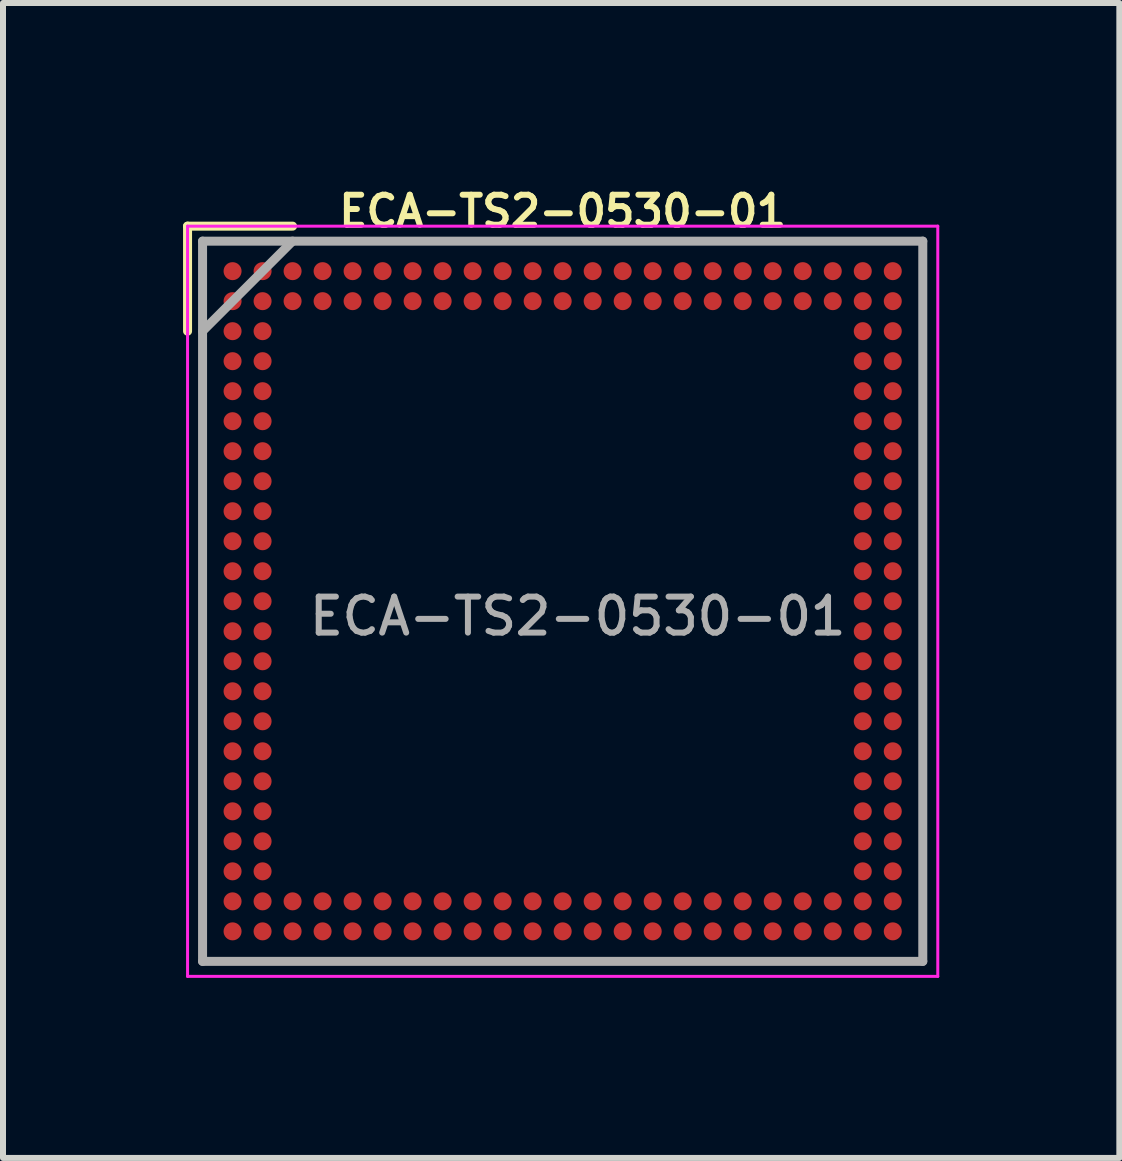
<source format=kicad_pcb>
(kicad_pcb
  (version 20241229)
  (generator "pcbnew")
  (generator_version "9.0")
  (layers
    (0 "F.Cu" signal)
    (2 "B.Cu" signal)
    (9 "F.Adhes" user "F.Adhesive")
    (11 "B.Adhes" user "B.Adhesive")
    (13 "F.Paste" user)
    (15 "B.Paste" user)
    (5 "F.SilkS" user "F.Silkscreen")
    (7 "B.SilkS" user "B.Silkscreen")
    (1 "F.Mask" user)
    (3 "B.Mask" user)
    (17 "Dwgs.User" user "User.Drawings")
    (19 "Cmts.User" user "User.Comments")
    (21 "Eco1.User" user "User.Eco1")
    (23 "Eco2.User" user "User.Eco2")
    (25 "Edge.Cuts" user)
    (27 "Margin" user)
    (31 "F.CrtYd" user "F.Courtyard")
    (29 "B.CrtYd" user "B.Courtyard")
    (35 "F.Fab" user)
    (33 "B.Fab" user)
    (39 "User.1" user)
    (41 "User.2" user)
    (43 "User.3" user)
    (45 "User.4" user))
  (footprint "ECA-TS2-0530-01"
    (layer "F.Cu")
    (at 6.325 6.968)
    (property "Reference" "ECA-TS2-0530-01" (at 0 -6.5 0) (layer "F.SilkS") (effects (font (size 0.5 0.5) (thickness 0.1))))
    (attr smd)
    (fp_line (start -6.25 -6.25) (end -6.25 -4.5) (stroke (width 0.15) (type solid)) (layer "F.SilkS"))
    (fp_line (start -4.5 -6.25) (end -6.25 -6.25) (stroke (width 0.15) (type solid)) (layer "F.SilkS"))
    (fp_line (start -6.25 -6.25) (end 6.25 -6.25) (stroke (width 0.05) (type solid)) (layer "F.CrtYd"))
    (fp_line (start -6.25 6.25) (end -6.25 -6.25) (stroke (width 0.05) (type solid)) (layer "F.CrtYd"))
    (fp_line (start 6.25 -6.25) (end 6.25 6.25) (stroke (width 0.05) (type solid)) (layer "F.CrtYd"))
    (fp_line (start 6.25 6.25) (end -6.25 6.25) (stroke (width 0.05) (type solid)) (layer "F.CrtYd"))
    (fp_line (start -6 -6) (end -6 6) (stroke (width 0.15) (type solid)) (layer "F.Fab"))
    (fp_line (start -6 -4.5) (end -4.5 -6) (stroke (width 0.15) (type solid)) (layer "F.Fab"))
    (fp_line (start -6 6) (end 6 6) (stroke (width 0.15) (type solid)) (layer "F.Fab"))
    (fp_line (start 6 -6) (end -6 -6) (stroke (width 0.15) (type solid)) (layer "F.Fab"))
    (fp_line (start 6 -6) (end 6 6) (stroke (width 0.15) (type solid)) (layer "F.Fab"))
    (fp_text user "${REFERENCE}" (at 0.25 0.25 0) (layer "F.Fab") (effects (font (size 0.6 0.6) (thickness 0.1))))
    (pad "A1" smd circle (at -5.5 -5.5) (size 0.3 0.3) (layers "F.Cu" "F.Mask" "F.Paste"))
    (pad "A2" smd circle (at -5 -5.5) (size 0.3 0.3) (layers "F.Cu" "F.Mask" "F.Paste"))
    (pad "A3" smd circle (at -4.5 -5.5) (size 0.3 0.3) (layers "F.Cu" "F.Mask" "F.Paste"))
    (pad "A4" smd circle (at -4 -5.5) (size 0.3 0.3) (layers "F.Cu" "F.Mask" "F.Paste"))
    (pad "A5" smd circle (at -3.5 -5.5) (size 0.3 0.3) (layers "F.Cu" "F.Mask" "F.Paste"))
    (pad "A6" smd circle (at -3 -5.5) (size 0.3 0.3) (layers "F.Cu" "F.Mask" "F.Paste"))
    (pad "A7" smd circle (at -2.5 -5.5) (size 0.3 0.3) (layers "F.Cu" "F.Mask" "F.Paste"))
    (pad "A8" smd circle (at -2 -5.5) (size 0.3 0.3) (layers "F.Cu" "F.Mask" "F.Paste"))
    (pad "A9" smd circle (at -1.5 -5.5) (size 0.3 0.3) (layers "F.Cu" "F.Mask" "F.Paste"))
    (pad "A10" smd circle (at -1 -5.5) (size 0.3 0.3) (layers "F.Cu" "F.Mask" "F.Paste"))
    (pad "A11" smd circle (at -0.5 -5.5) (size 0.3 0.3) (layers "F.Cu" "F.Mask" "F.Paste"))
    (pad "A12" smd circle (at 0 -5.5) (size 0.3 0.3) (layers "F.Cu" "F.Mask" "F.Paste"))
    (pad "A13" smd circle (at 0.5 -5.5) (size 0.3 0.3) (layers "F.Cu" "F.Mask" "F.Paste"))
    (pad "A14" smd circle (at 1 -5.5) (size 0.3 0.3) (layers "F.Cu" "F.Mask" "F.Paste"))
    (pad "A15" smd circle (at 1.5 -5.5) (size 0.3 0.3) (layers "F.Cu" "F.Mask" "F.Paste"))
    (pad "A16" smd circle (at 2 -5.5) (size 0.3 0.3) (layers "F.Cu" "F.Mask" "F.Paste"))
    (pad "A17" smd circle (at 2.5 -5.5) (size 0.3 0.3) (layers "F.Cu" "F.Mask" "F.Paste"))
    (pad "A18" smd circle (at 3 -5.5) (size 0.3 0.3) (layers "F.Cu" "F.Mask" "F.Paste"))
    (pad "A19" smd circle (at 3.5 -5.5) (size 0.3 0.3) (layers "F.Cu" "F.Mask" "F.Paste"))
    (pad "A20" smd circle (at 4 -5.5) (size 0.3 0.3) (layers "F.Cu" "F.Mask" "F.Paste"))
    (pad "A21" smd circle (at 4.5 -5.5) (size 0.3 0.3) (layers "F.Cu" "F.Mask" "F.Paste"))
    (pad "A22" smd circle (at 5 -5.5) (size 0.3 0.3) (layers "F.Cu" "F.Mask" "F.Paste"))
    (pad "A23" smd circle (at 5.5 -5.5) (size 0.3 0.3) (layers "F.Cu" "F.Mask" "F.Paste"))
    (pad "AA1" smd circle (at -5.5 4.5) (size 0.3 0.3) (layers "F.Cu" "F.Mask" "F.Paste"))
    (pad "AA2" smd circle (at -5 4.5) (size 0.3 0.3) (layers "F.Cu" "F.Mask" "F.Paste"))
    (pad "AA22" smd circle (at 5 4.5) (size 0.3 0.3) (layers "F.Cu" "F.Mask" "F.Paste"))
    (pad "AA23" smd circle (at 5.5 4.5) (size 0.3 0.3) (layers "F.Cu" "F.Mask" "F.Paste"))
    (pad "AB1" smd circle (at -5.5 5) (size 0.3 0.3) (layers "F.Cu" "F.Mask" "F.Paste"))
    (pad "AB2" smd circle (at -5 5) (size 0.3 0.3) (layers "F.Cu" "F.Mask" "F.Paste"))
    (pad "AB3" smd circle (at -4.5 5) (size 0.3 0.3) (layers "F.Cu" "F.Mask" "F.Paste"))
    (pad "AB4" smd circle (at -4 5) (size 0.3 0.3) (layers "F.Cu" "F.Mask" "F.Paste"))
    (pad "AB5" smd circle (at -3.5 5) (size 0.3 0.3) (layers "F.Cu" "F.Mask" "F.Paste"))
    (pad "AB6" smd circle (at -3 5) (size 0.3 0.3) (layers "F.Cu" "F.Mask" "F.Paste"))
    (pad "AB7" smd circle (at -2.5 5) (size 0.3 0.3) (layers "F.Cu" "F.Mask" "F.Paste"))
    (pad "AB8" smd circle (at -2 5) (size 0.3 0.3) (layers "F.Cu" "F.Mask" "F.Paste"))
    (pad "AB9" smd circle (at -1.5 5) (size 0.3 0.3) (layers "F.Cu" "F.Mask" "F.Paste"))
    (pad "AB10" smd circle (at -1 5) (size 0.3 0.3) (layers "F.Cu" "F.Mask" "F.Paste"))
    (pad "AB11" smd circle (at -0.5 5) (size 0.3 0.3) (layers "F.Cu" "F.Mask" "F.Paste"))
    (pad "AB12" smd circle (at 0 5) (size 0.3 0.3) (layers "F.Cu" "F.Mask" "F.Paste"))
    (pad "AB13" smd circle (at 0.5 5) (size 0.3 0.3) (layers "F.Cu" "F.Mask" "F.Paste"))
    (pad "AB14" smd circle (at 1 5) (size 0.3 0.3) (layers "F.Cu" "F.Mask" "F.Paste"))
    (pad "AB15" smd circle (at 1.5 5) (size 0.3 0.3) (layers "F.Cu" "F.Mask" "F.Paste"))
    (pad "AB16" smd circle (at 2 5) (size 0.3 0.3) (layers "F.Cu" "F.Mask" "F.Paste"))
    (pad "AB17" smd circle (at 2.5 5) (size 0.3 0.3) (layers "F.Cu" "F.Mask" "F.Paste"))
    (pad "AB18" smd circle (at 3 5) (size 0.3 0.3) (layers "F.Cu" "F.Mask" "F.Paste"))
    (pad "AB19" smd circle (at 3.5 5) (size 0.3 0.3) (layers "F.Cu" "F.Mask" "F.Paste"))
    (pad "AB20" smd circle (at 4 5) (size 0.3 0.3) (layers "F.Cu" "F.Mask" "F.Paste"))
    (pad "AB21" smd circle (at 4.5 5) (size 0.3 0.3) (layers "F.Cu" "F.Mask" "F.Paste"))
    (pad "AB22" smd circle (at 5 5) (size 0.3 0.3) (layers "F.Cu" "F.Mask" "F.Paste"))
    (pad "AB23" smd circle (at 5.5 5) (size 0.3 0.3) (layers "F.Cu" "F.Mask" "F.Paste"))
    (pad "AC1" smd circle (at -5.5 5.5) (size 0.3 0.3) (layers "F.Cu" "F.Mask" "F.Paste"))
    (pad "AC2" smd circle (at -5 5.5) (size 0.3 0.3) (layers "F.Cu" "F.Mask" "F.Paste"))
    (pad "AC3" smd circle (at -4.5 5.5) (size 0.3 0.3) (layers "F.Cu" "F.Mask" "F.Paste"))
    (pad "AC4" smd circle (at -4 5.5) (size 0.3 0.3) (layers "F.Cu" "F.Mask" "F.Paste"))
    (pad "AC5" smd circle (at -3.5 5.5) (size 0.3 0.3) (layers "F.Cu" "F.Mask" "F.Paste"))
    (pad "AC6" smd circle (at -3 5.5) (size 0.3 0.3) (layers "F.Cu" "F.Mask" "F.Paste"))
    (pad "AC7" smd circle (at -2.5 5.5) (size 0.3 0.3) (layers "F.Cu" "F.Mask" "F.Paste"))
    (pad "AC8" smd circle (at -2 5.5) (size 0.3 0.3) (layers "F.Cu" "F.Mask" "F.Paste"))
    (pad "AC9" smd circle (at -1.5 5.5) (size 0.3 0.3) (layers "F.Cu" "F.Mask" "F.Paste"))
    (pad "AC10" smd circle (at -1 5.5) (size 0.3 0.3) (layers "F.Cu" "F.Mask" "F.Paste"))
    (pad "AC11" smd circle (at -0.5 5.5) (size 0.3 0.3) (layers "F.Cu" "F.Mask" "F.Paste"))
    (pad "AC12" smd circle (at 0 5.5) (size 0.3 0.3) (layers "F.Cu" "F.Mask" "F.Paste"))
    (pad "AC13" smd circle (at 0.5 5.5) (size 0.3 0.3) (layers "F.Cu" "F.Mask" "F.Paste"))
    (pad "AC14" smd circle (at 1 5.5) (size 0.3 0.3) (layers "F.Cu" "F.Mask" "F.Paste"))
    (pad "AC15" smd circle (at 1.5 5.5) (size 0.3 0.3) (layers "F.Cu" "F.Mask" "F.Paste"))
    (pad "AC16" smd circle (at 2 5.5) (size 0.3 0.3) (layers "F.Cu" "F.Mask" "F.Paste"))
    (pad "AC17" smd circle (at 2.5 5.5) (size 0.3 0.3) (layers "F.Cu" "F.Mask" "F.Paste"))
    (pad "AC18" smd circle (at 3 5.5) (size 0.3 0.3) (layers "F.Cu" "F.Mask" "F.Paste"))
    (pad "AC19" smd circle (at 3.5 5.5) (size 0.3 0.3) (layers "F.Cu" "F.Mask" "F.Paste"))
    (pad "AC20" smd circle (at 4 5.5) (size 0.3 0.3) (layers "F.Cu" "F.Mask" "F.Paste"))
    (pad "AC21" smd circle (at 4.5 5.5) (size 0.3 0.3) (layers "F.Cu" "F.Mask" "F.Paste"))
    (pad "AC22" smd circle (at 5 5.5) (size 0.3 0.3) (layers "F.Cu" "F.Mask" "F.Paste"))
    (pad "AC23" smd circle (at 5.5 5.5) (size 0.3 0.3) (layers "F.Cu" "F.Mask" "F.Paste"))
    (pad "B1" smd circle (at -5.5 -5) (size 0.3 0.3) (layers "F.Cu" "F.Mask" "F.Paste"))
    (pad "B2" smd circle (at -5 -5) (size 0.3 0.3) (layers "F.Cu" "F.Mask" "F.Paste"))
    (pad "B3" smd circle (at -4.5 -5) (size 0.3 0.3) (layers "F.Cu" "F.Mask" "F.Paste"))
    (pad "B4" smd circle (at -4 -5) (size 0.3 0.3) (layers "F.Cu" "F.Mask" "F.Paste"))
    (pad "B5" smd circle (at -3.5 -5) (size 0.3 0.3) (layers "F.Cu" "F.Mask" "F.Paste"))
    (pad "B6" smd circle (at -3 -5) (size 0.3 0.3) (layers "F.Cu" "F.Mask" "F.Paste"))
    (pad "B7" smd circle (at -2.5 -5) (size 0.3 0.3) (layers "F.Cu" "F.Mask" "F.Paste"))
    (pad "B8" smd circle (at -2 -5) (size 0.3 0.3) (layers "F.Cu" "F.Mask" "F.Paste"))
    (pad "B9" smd circle (at -1.5 -5) (size 0.3 0.3) (layers "F.Cu" "F.Mask" "F.Paste"))
    (pad "B10" smd circle (at -1 -5) (size 0.3 0.3) (layers "F.Cu" "F.Mask" "F.Paste"))
    (pad "B11" smd circle (at -0.5 -5) (size 0.3 0.3) (layers "F.Cu" "F.Mask" "F.Paste"))
    (pad "B12" smd circle (at 0 -5) (size 0.3 0.3) (layers "F.Cu" "F.Mask" "F.Paste"))
    (pad "B13" smd circle (at 0.5 -5) (size 0.3 0.3) (layers "F.Cu" "F.Mask" "F.Paste"))
    (pad "B14" smd circle (at 1 -5) (size 0.3 0.3) (layers "F.Cu" "F.Mask" "F.Paste"))
    (pad "B15" smd circle (at 1.5 -5) (size 0.3 0.3) (layers "F.Cu" "F.Mask" "F.Paste"))
    (pad "B16" smd circle (at 2 -5) (size 0.3 0.3) (layers "F.Cu" "F.Mask" "F.Paste"))
    (pad "B17" smd circle (at 2.5 -5) (size 0.3 0.3) (layers "F.Cu" "F.Mask" "F.Paste"))
    (pad "B18" smd circle (at 3 -5) (size 0.3 0.3) (layers "F.Cu" "F.Mask" "F.Paste"))
    (pad "B19" smd circle (at 3.5 -5) (size 0.3 0.3) (layers "F.Cu" "F.Mask" "F.Paste"))
    (pad "B20" smd circle (at 4 -5) (size 0.3 0.3) (layers "F.Cu" "F.Mask" "F.Paste"))
    (pad "B21" smd circle (at 4.5 -5) (size 0.3 0.3) (layers "F.Cu" "F.Mask" "F.Paste"))
    (pad "B22" smd circle (at 5 -5) (size 0.3 0.3) (layers "F.Cu" "F.Mask" "F.Paste"))
    (pad "B23" smd circle (at 5.5 -5) (size 0.3 0.3) (layers "F.Cu" "F.Mask" "F.Paste"))
    (pad "C1" smd circle (at -5.5 -4.5) (size 0.3 0.3) (layers "F.Cu" "F.Mask" "F.Paste"))
    (pad "C2" smd circle (at -5 -4.5) (size 0.3 0.3) (layers "F.Cu" "F.Mask" "F.Paste"))
    (pad "C22" smd circle (at 5 -4.5) (size 0.3 0.3) (layers "F.Cu" "F.Mask" "F.Paste"))
    (pad "C23" smd circle (at 5.5 -4.5) (size 0.3 0.3) (layers "F.Cu" "F.Mask" "F.Paste"))
    (pad "D1" smd circle (at -5.5 -4) (size 0.3 0.3) (layers "F.Cu" "F.Mask" "F.Paste"))
    (pad "D2" smd circle (at -5 -4) (size 0.3 0.3) (layers "F.Cu" "F.Mask" "F.Paste"))
    (pad "D22" smd circle (at 5 -4) (size 0.3 0.3) (layers "F.Cu" "F.Mask" "F.Paste"))
    (pad "D23" smd circle (at 5.5 -4) (size 0.3 0.3) (layers "F.Cu" "F.Mask" "F.Paste"))
    (pad "E1" smd circle (at -5.5 -3.5) (size 0.3 0.3) (layers "F.Cu" "F.Mask" "F.Paste"))
    (pad "E2" smd circle (at -5 -3.5) (size 0.3 0.3) (layers "F.Cu" "F.Mask" "F.Paste"))
    (pad "E22" smd circle (at 5 -3.5) (size 0.3 0.3) (layers "F.Cu" "F.Mask" "F.Paste"))
    (pad "E23" smd circle (at 5.5 -3.5) (size 0.3 0.3) (layers "F.Cu" "F.Mask" "F.Paste"))
    (pad "F1" smd circle (at -5.5 -3) (size 0.3 0.3) (layers "F.Cu" "F.Mask" "F.Paste"))
    (pad "F2" smd circle (at -5 -3) (size 0.3 0.3) (layers "F.Cu" "F.Mask" "F.Paste"))
    (pad "F22" smd circle (at 5 -3) (size 0.3 0.3) (layers "F.Cu" "F.Mask" "F.Paste"))
    (pad "F23" smd circle (at 5.5 -3) (size 0.3 0.3) (layers "F.Cu" "F.Mask" "F.Paste"))
    (pad "G1" smd circle (at -5.5 -2.5) (size 0.3 0.3) (layers "F.Cu" "F.Mask" "F.Paste"))
    (pad "G2" smd circle (at -5 -2.5) (size 0.3 0.3) (layers "F.Cu" "F.Mask" "F.Paste"))
    (pad "G22" smd circle (at 5 -2.5) (size 0.3 0.3) (layers "F.Cu" "F.Mask" "F.Paste"))
    (pad "G23" smd circle (at 5.5 -2.5) (size 0.3 0.3) (layers "F.Cu" "F.Mask" "F.Paste"))
    (pad "H1" smd circle (at -5.5 -2) (size 0.3 0.3) (layers "F.Cu" "F.Mask" "F.Paste"))
    (pad "H2" smd circle (at -5 -2) (size 0.3 0.3) (layers "F.Cu" "F.Mask" "F.Paste"))
    (pad "H22" smd circle (at 5 -2) (size 0.3 0.3) (layers "F.Cu" "F.Mask" "F.Paste"))
    (pad "H23" smd circle (at 5.5 -2) (size 0.3 0.3) (layers "F.Cu" "F.Mask" "F.Paste"))
    (pad "J1" smd circle (at -5.5 -1.5) (size 0.3 0.3) (layers "F.Cu" "F.Mask" "F.Paste"))
    (pad "J2" smd circle (at -5 -1.5) (size 0.3 0.3) (layers "F.Cu" "F.Mask" "F.Paste"))
    (pad "J22" smd circle (at 5 -1.5) (size 0.3 0.3) (layers "F.Cu" "F.Mask" "F.Paste"))
    (pad "J23" smd circle (at 5.5 -1.5) (size 0.3 0.3) (layers "F.Cu" "F.Mask" "F.Paste"))
    (pad "K1" smd circle (at -5.5 -1) (size 0.3 0.3) (layers "F.Cu" "F.Mask" "F.Paste"))
    (pad "K2" smd circle (at -5 -1) (size 0.3 0.3) (layers "F.Cu" "F.Mask" "F.Paste"))
    (pad "K22" smd circle (at 5 -1) (size 0.3 0.3) (layers "F.Cu" "F.Mask" "F.Paste"))
    (pad "K23" smd circle (at 5.5 -1) (size 0.3 0.3) (layers "F.Cu" "F.Mask" "F.Paste"))
    (pad "L1" smd circle (at -5.5 -0.5) (size 0.3 0.3) (layers "F.Cu" "F.Mask" "F.Paste"))
    (pad "L2" smd circle (at -5 -0.5) (size 0.3 0.3) (layers "F.Cu" "F.Mask" "F.Paste"))
    (pad "L22" smd circle (at 5 -0.5) (size 0.3 0.3) (layers "F.Cu" "F.Mask" "F.Paste"))
    (pad "L23" smd circle (at 5.5 -0.5) (size 0.3 0.3) (layers "F.Cu" "F.Mask" "F.Paste"))
    (pad "M1" smd circle (at -5.5 0) (size 0.3 0.3) (layers "F.Cu" "F.Mask" "F.Paste"))
    (pad "M2" smd circle (at -5 0) (size 0.3 0.3) (layers "F.Cu" "F.Mask" "F.Paste"))
    (pad "M22" smd circle (at 5 0) (size 0.3 0.3) (layers "F.Cu" "F.Mask" "F.Paste"))
    (pad "M23" smd circle (at 5.5 0) (size 0.3 0.3) (layers "F.Cu" "F.Mask" "F.Paste"))
    (pad "N1" smd circle (at -5.5 0.5) (size 0.3 0.3) (layers "F.Cu" "F.Mask" "F.Paste"))
    (pad "N2" smd circle (at -5 0.5) (size 0.3 0.3) (layers "F.Cu" "F.Mask" "F.Paste"))
    (pad "N22" smd circle (at 5 0.5) (size 0.3 0.3) (layers "F.Cu" "F.Mask" "F.Paste"))
    (pad "N23" smd circle (at 5.5 0.5) (size 0.3 0.3) (layers "F.Cu" "F.Mask" "F.Paste"))
    (pad "P1" smd circle (at -5.5 1) (size 0.3 0.3) (layers "F.Cu" "F.Mask" "F.Paste"))
    (pad "P2" smd circle (at -5 1) (size 0.3 0.3) (layers "F.Cu" "F.Mask" "F.Paste"))
    (pad "P22" smd circle (at 5 1) (size 0.3 0.3) (layers "F.Cu" "F.Mask" "F.Paste"))
    (pad "P23" smd circle (at 5.5 1) (size 0.3 0.3) (layers "F.Cu" "F.Mask" "F.Paste"))
    (pad "R1" smd circle (at -5.5 1.5) (size 0.3 0.3) (layers "F.Cu" "F.Mask" "F.Paste"))
    (pad "R2" smd circle (at -5 1.5) (size 0.3 0.3) (layers "F.Cu" "F.Mask" "F.Paste"))
    (pad "R22" smd circle (at 5 1.5) (size 0.3 0.3) (layers "F.Cu" "F.Mask" "F.Paste"))
    (pad "R23" smd circle (at 5.5 1.5) (size 0.3 0.3) (layers "F.Cu" "F.Mask" "F.Paste"))
    (pad "T1" smd circle (at -5.5 2) (size 0.3 0.3) (layers "F.Cu" "F.Mask" "F.Paste"))
    (pad "T2" smd circle (at -5 2) (size 0.3 0.3) (layers "F.Cu" "F.Mask" "F.Paste"))
    (pad "T22" smd circle (at 5 2) (size 0.3 0.3) (layers "F.Cu" "F.Mask" "F.Paste"))
    (pad "T23" smd circle (at 5.5 2) (size 0.3 0.3) (layers "F.Cu" "F.Mask" "F.Paste"))
    (pad "U1" smd circle (at -5.5 2.5) (size 0.3 0.3) (layers "F.Cu" "F.Mask" "F.Paste"))
    (pad "U2" smd circle (at -5 2.5) (size 0.3 0.3) (layers "F.Cu" "F.Mask" "F.Paste"))
    (pad "U22" smd circle (at 5 2.5) (size 0.3 0.3) (layers "F.Cu" "F.Mask" "F.Paste"))
    (pad "U23" smd circle (at 5.5 2.5) (size 0.3 0.3) (layers "F.Cu" "F.Mask" "F.Paste"))
    (pad "V1" smd circle (at -5.5 3) (size 0.3 0.3) (layers "F.Cu" "F.Mask" "F.Paste"))
    (pad "V2" smd circle (at -5 3) (size 0.3 0.3) (layers "F.Cu" "F.Mask" "F.Paste"))
    (pad "V22" smd circle (at 5 3) (size 0.3 0.3) (layers "F.Cu" "F.Mask" "F.Paste"))
    (pad "V23" smd circle (at 5.5 3) (size 0.3 0.3) (layers "F.Cu" "F.Mask" "F.Paste"))
    (pad "W1" smd circle (at -5.5 3.5) (size 0.3 0.3) (layers "F.Cu" "F.Mask" "F.Paste"))
    (pad "W2" smd circle (at -5 3.5) (size 0.3 0.3) (layers "F.Cu" "F.Mask" "F.Paste"))
    (pad "W22" smd circle (at 5 3.5) (size 0.3 0.3) (layers "F.Cu" "F.Mask" "F.Paste"))
    (pad "W23" smd circle (at 5.5 3.5) (size 0.3 0.3) (layers "F.Cu" "F.Mask" "F.Paste"))
    (pad "Y1" smd circle (at -5.5 4) (size 0.3 0.3) (layers "F.Cu" "F.Mask" "F.Paste"))
    (pad "Y2" smd circle (at -5 4) (size 0.3 0.3) (layers "F.Cu" "F.Mask" "F.Paste"))
    (pad "Y22" smd circle (at 5 4) (size 0.3 0.3) (layers "F.Cu" "F.Mask" "F.Paste"))
    (pad "Y23" smd circle (at 5.5 4) (size 0.3 0.3) (layers "F.Cu" "F.Mask" "F.Paste")))
  (gr_rect
    (start -3 -3)
    (end 15.6 16.243)
    (stroke (width 0.1) (type default))
    (fill no)
    (layer "Edge.Cuts")))
</source>
